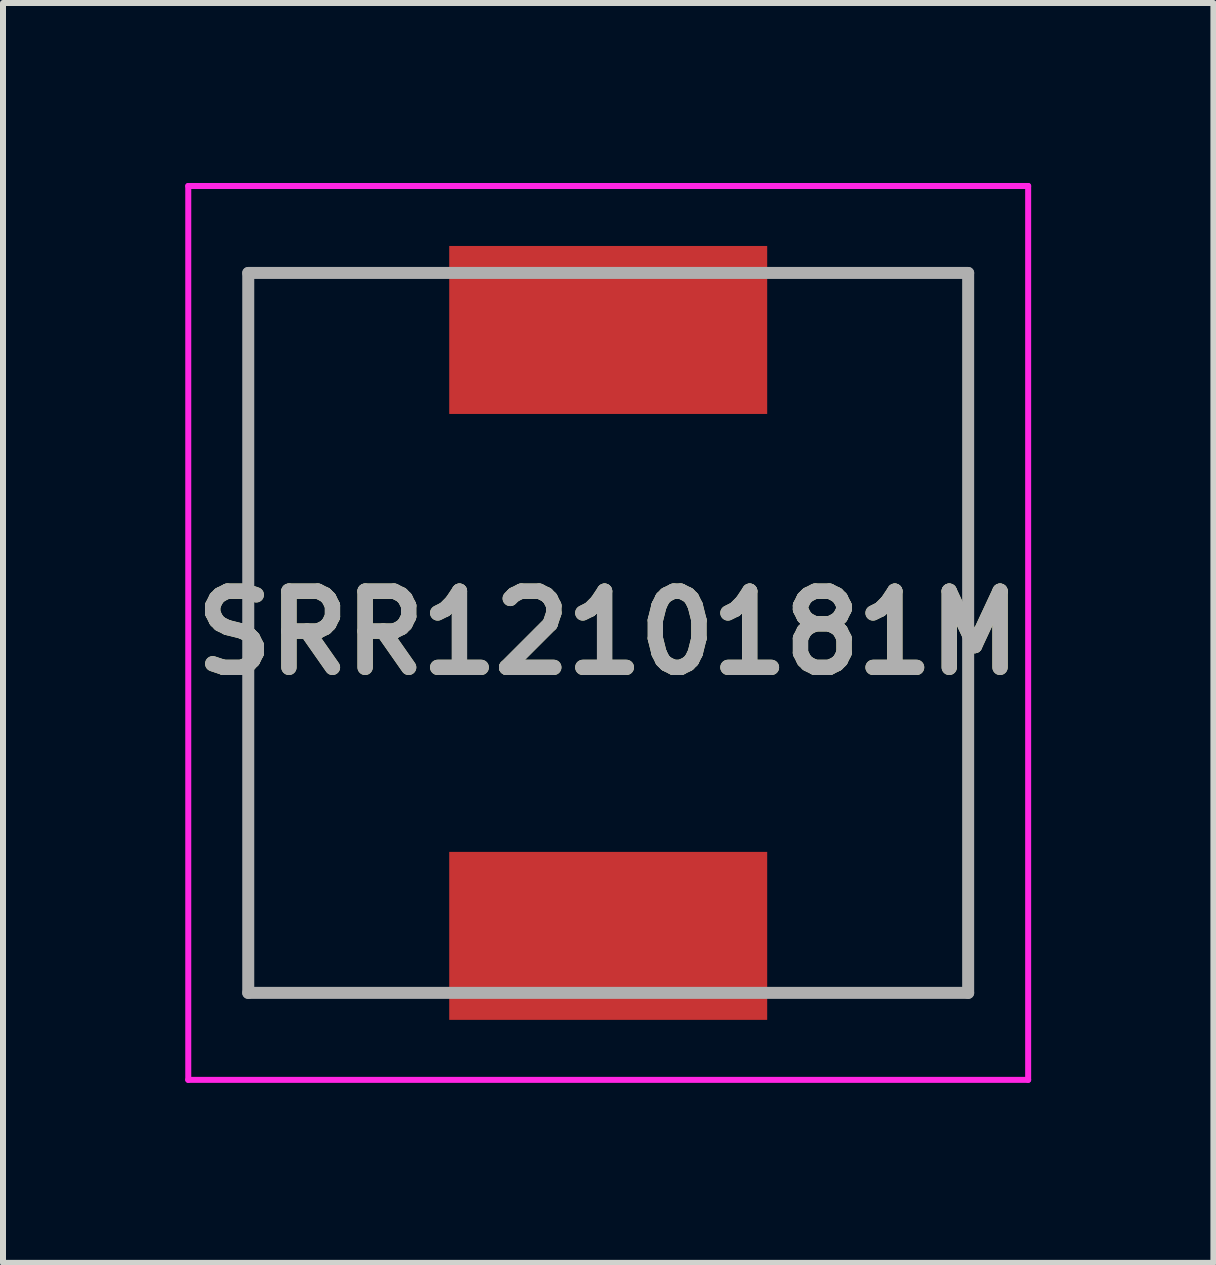
<source format=kicad_pcb>
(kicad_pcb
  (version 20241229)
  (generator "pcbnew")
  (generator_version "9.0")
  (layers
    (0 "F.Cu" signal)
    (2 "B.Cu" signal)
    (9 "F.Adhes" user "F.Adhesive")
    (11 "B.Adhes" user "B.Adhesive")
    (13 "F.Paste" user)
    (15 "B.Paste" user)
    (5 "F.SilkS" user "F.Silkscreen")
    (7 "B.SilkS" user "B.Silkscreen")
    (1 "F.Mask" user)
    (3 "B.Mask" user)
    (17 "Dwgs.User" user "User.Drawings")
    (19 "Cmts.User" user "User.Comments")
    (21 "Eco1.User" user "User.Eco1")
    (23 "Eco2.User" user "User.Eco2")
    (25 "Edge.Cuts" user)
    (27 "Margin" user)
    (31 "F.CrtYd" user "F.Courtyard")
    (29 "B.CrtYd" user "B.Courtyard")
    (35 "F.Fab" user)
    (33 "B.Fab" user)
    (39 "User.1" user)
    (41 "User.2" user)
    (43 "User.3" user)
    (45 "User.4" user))
  (footprint "SRR1210181M"
    (layer "F.Cu")
    (at 7.088 7.5)
    (property "Reference" "SRR1210181M" (at 0 0 0) (layer "F.SilkS") (effects (font (size 1.27 1.27) (thickness 0.254))))
    (attr smd)
    (fp_line (start -6 -6) (end -6 6) (stroke (width 0.1) (type solid)) (layer "F.SilkS"))
    (fp_line (start -6 6) (end -3 6) (stroke (width 0.1) (type solid)) (layer "F.SilkS"))
    (fp_line (start -3 -6) (end -6 -6) (stroke (width 0.1) (type solid)) (layer "F.SilkS"))
    (fp_line (start 3.2 -6) (end 6 -6) (stroke (width 0.1) (type solid)) (layer "F.SilkS"))
    (fp_line (start 6 -6) (end 6 6) (stroke (width 0.1) (type solid)) (layer "F.SilkS"))
    (fp_line (start 6 6) (end 3 6) (stroke (width 0.1) (type solid)) (layer "F.SilkS"))
    (fp_line (start -7 -7.45) (end 7 -7.45) (stroke (width 0.1) (type solid)) (layer "F.CrtYd"))
    (fp_line (start -7 7.45) (end -7 -7.45) (stroke (width 0.1) (type solid)) (layer "F.CrtYd"))
    (fp_line (start 7 -7.45) (end 7 7.45) (stroke (width 0.1) (type solid)) (layer "F.CrtYd"))
    (fp_line (start 7 7.45) (end -7 7.45) (stroke (width 0.1) (type solid)) (layer "F.CrtYd"))
    (fp_line (start -6 -6) (end 6 -6) (stroke (width 0.2) (type solid)) (layer "F.Fab"))
    (fp_line (start -6 6) (end -6 -6) (stroke (width 0.2) (type solid)) (layer "F.Fab"))
    (fp_line (start 6 -6) (end 6 6) (stroke (width 0.2) (type solid)) (layer "F.Fab"))
    (fp_line (start 6 6) (end -6 6) (stroke (width 0.2) (type solid)) (layer "F.Fab"))
    (fp_text user "${REFERENCE}" (at 0 0 0) (layer "F.Fab") (effects (font (size 1.27 1.27) (thickness 0.254))))
    (pad "1" smd rect (at 0 -5.05 90) (size 2.8 5.3) (layers "F.Cu" "F.Mask" "F.Paste"))
    (pad "2" smd rect (at 0 5.05 90) (size 2.8 5.3) (layers "F.Cu" "F.Mask" "F.Paste")))
  (gr_rect
    (start -3 -3)
    (end 17.176 18)
    (stroke (width 0.1) (type default))
    (fill no)
    (layer "Edge.Cuts")))
</source>
